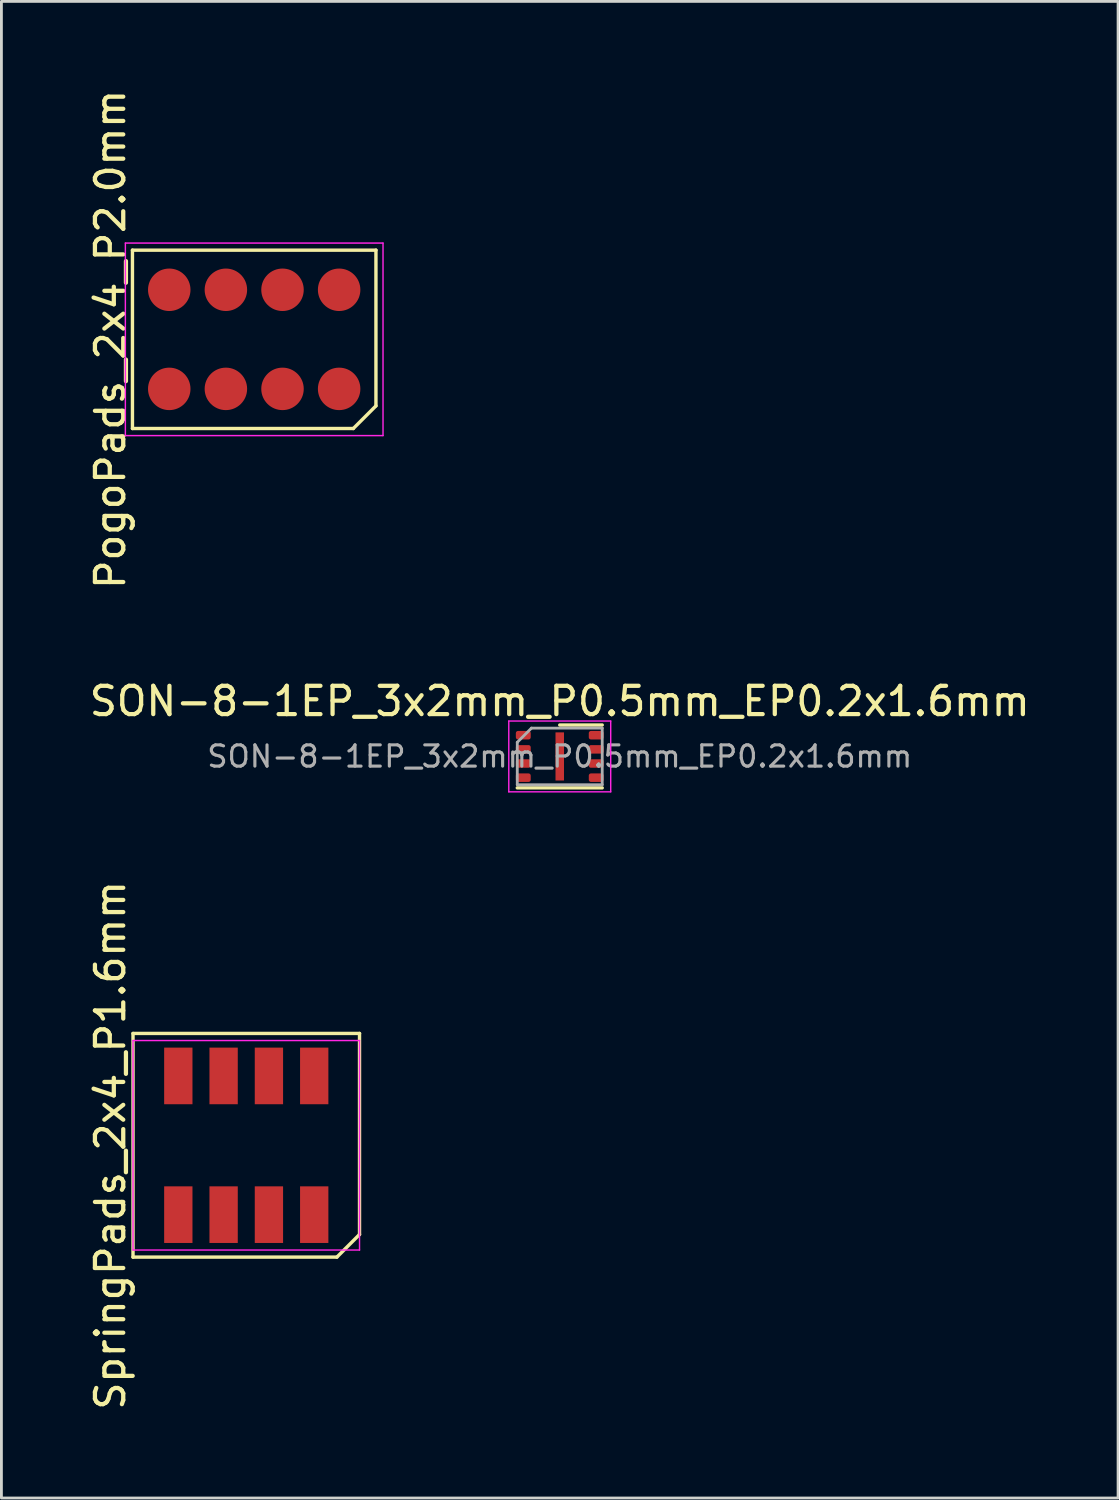
<source format=kicad_pcb>
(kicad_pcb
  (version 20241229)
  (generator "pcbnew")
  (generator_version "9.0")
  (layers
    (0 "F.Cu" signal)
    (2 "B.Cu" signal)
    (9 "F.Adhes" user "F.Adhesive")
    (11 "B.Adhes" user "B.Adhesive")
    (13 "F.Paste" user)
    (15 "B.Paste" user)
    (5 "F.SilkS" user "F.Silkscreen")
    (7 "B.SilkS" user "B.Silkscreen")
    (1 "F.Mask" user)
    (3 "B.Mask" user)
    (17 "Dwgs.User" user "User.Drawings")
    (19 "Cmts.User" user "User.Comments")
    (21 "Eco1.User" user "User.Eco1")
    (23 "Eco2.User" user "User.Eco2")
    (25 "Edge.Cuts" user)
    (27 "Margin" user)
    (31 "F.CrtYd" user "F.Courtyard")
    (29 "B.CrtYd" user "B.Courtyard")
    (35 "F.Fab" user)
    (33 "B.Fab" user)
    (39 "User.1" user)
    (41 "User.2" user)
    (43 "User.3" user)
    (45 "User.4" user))
  (footprint "SON-8-1EP_3x2mm_P0.5mm_EP0.2x1.6mm"
    (layer "F.Cu")
    (at 16.72 23.667)
    (property "Reference" "SON-8-1EP_3x2mm_P0.5mm_EP0.2x1.6mm" (at 0 -1.95 0) (layer "F.SilkS") (effects (font (size 1 1) (thickness 0.15))))
    (attr smd)
    (fp_line (start -1.5 1.11) (end 1.5 1.11) (stroke (width 0.12) (type solid)) (layer "F.SilkS"))
    (fp_line (start 0 -1.11) (end 1.5 -1.11) (stroke (width 0.12) (type solid)) (layer "F.SilkS"))
    (fp_line (start -1.8 -1.25) (end -1.8 1.25) (stroke (width 0.05) (type solid)) (layer "F.CrtYd"))
    (fp_line (start -1.8 1.25) (end 1.8 1.25) (stroke (width 0.05) (type solid)) (layer "F.CrtYd"))
    (fp_line (start 1.8 -1.25) (end -1.8 -1.25) (stroke (width 0.05) (type solid)) (layer "F.CrtYd"))
    (fp_line (start 1.8 1.25) (end 1.8 -1.25) (stroke (width 0.05) (type solid)) (layer "F.CrtYd"))
    (fp_line (start -1.5 -0.5) (end -1 -1) (stroke (width 0.1) (type solid)) (layer "F.Fab"))
    (fp_line (start -1.5 1) (end -1.5 -0.5) (stroke (width 0.1) (type solid)) (layer "F.Fab"))
    (fp_line (start -1 -1) (end 1.5 -1) (stroke (width 0.1) (type solid)) (layer "F.Fab"))
    (fp_line (start 1.5 -1) (end 1.5 1) (stroke (width 0.1) (type solid)) (layer "F.Fab"))
    (fp_line (start 1.5 1) (end -1.5 1) (stroke (width 0.1) (type solid)) (layer "F.Fab"))
    (fp_text user "${REFERENCE}" (at 0 0 0) (layer "F.Fab") (effects (font (size 0.75 0.75) (thickness 0.11))))
    (pad "" smd roundrect (at 0 0) (size 0.2 1.6) (layers "F.Paste") (roundrect_rratio 0.25))
    (pad "1" smd roundrect (at -1.288 -0.75) (size 0.525 0.3) (layers "F.Cu" "F.Mask" "F.Paste") (roundrect_rratio 0.25))
    (pad "2" smd roundrect (at -1.288 -0.25) (size 0.525 0.3) (layers "F.Cu" "F.Mask" "F.Paste") (roundrect_rratio 0.25))
    (pad "3" smd roundrect (at -1.288 0.25) (size 0.525 0.3) (layers "F.Cu" "F.Mask" "F.Paste") (roundrect_rratio 0.25))
    (pad "4" smd roundrect (at -1.288 0.75) (size 0.525 0.3) (layers "F.Cu" "F.Mask" "F.Paste") (roundrect_rratio 0.25))
    (pad "5" smd roundrect (at 1.288 0.75) (size 0.525 0.3) (layers "F.Cu" "F.Mask" "F.Paste") (roundrect_rratio 0.25))
    (pad "6" smd roundrect (at 1.288 0.25) (size 0.525 0.3) (layers "F.Cu" "F.Mask" "F.Paste") (roundrect_rratio 0.25))
    (pad "7" smd roundrect (at 1.288 -0.25) (size 0.525 0.3) (layers "F.Cu" "F.Mask" "F.Paste") (roundrect_rratio 0.25))
    (pad "8" smd roundrect (at 1.288 -0.75) (size 0.525 0.3) (layers "F.Cu" "F.Mask" "F.Paste") (roundrect_rratio 0.25))
    (pad "9" smd rect (at 0 0) (size 0.3 1.7) (layers "F.Cu" "F.Mask")))
  (footprint "SpringPads_2x4_P1.6mm"
    (layer "F.Cu")
    (at 5.648 37.401)
    (property "Reference" "SpringPads_2x4_P1.6mm" (at -4.8 0 90) (layer "F.SilkS") (effects (font (size 1 1) (thickness 0.15))))
    (attr smd exclude_from_pos_files exclude_from_bom)
    (fp_line (start -4 -3.95) (end 4 -3.95) (stroke (width 0.12) (type solid)) (layer "F.SilkS"))
    (fp_line (start -4 3.95) (end -4 -3.95) (stroke (width 0.12) (type solid)) (layer "F.SilkS"))
    (fp_line (start 3.2 3.95) (end -4 3.95) (stroke (width 0.12) (type solid)) (layer "F.SilkS"))
    (fp_line (start 3.2 3.95) (end 4 3.15) (stroke (width 0.12) (type solid)) (layer "F.SilkS"))
    (fp_line (start 4 -3.95) (end 4 3.15) (stroke (width 0.12) (type solid)) (layer "F.SilkS"))
    (fp_line (start -4 -3.7) (end 4 -3.7) (stroke (width 0.05) (type solid)) (layer "F.CrtYd"))
    (fp_line (start -4 3.7) (end -4 -3.7) (stroke (width 0.05) (type solid)) (layer "F.CrtYd"))
    (fp_line (start 4 -3.7) (end 4 3.7) (stroke (width 0.05) (type solid)) (layer "F.CrtYd"))
    (fp_line (start 4 3.7) (end -4 3.7) (stroke (width 0.05) (type solid)) (layer "F.CrtYd"))
    (pad "1" smd rect (at 2.4 2.45) (size 1 2) (property pad_prop_testpoint) (layers "F.Cu" "F.Mask"))
    (pad "2" smd rect (at 2.4 -2.45) (size 1 2) (property pad_prop_testpoint) (layers "F.Cu" "F.Mask"))
    (pad "3" smd rect (at 0.8 2.45) (size 1 2) (property pad_prop_testpoint) (layers "F.Cu" "F.Mask"))
    (pad "4" smd rect (at 0.8 -2.45) (size 1 2) (property pad_prop_testpoint) (layers "F.Cu" "F.Mask"))
    (pad "5" smd rect (at -0.8 2.45) (size 1 2) (property pad_prop_testpoint) (layers "F.Cu" "F.Mask"))
    (pad "6" smd rect (at -0.8 -2.45) (size 1 2) (property pad_prop_testpoint) (layers "F.Cu" "F.Mask"))
    (pad "7" smd rect (at -2.4 2.45) (size 1 2) (property pad_prop_testpoint) (layers "F.Cu" "F.Mask"))
    (pad "8" smd rect (at -2.4 -2.45) (size 1 2) (property pad_prop_testpoint) (layers "F.Cu" "F.Mask")))
  (footprint "PogoPads_2x4_P2.0mm"
    (layer "F.Cu")
    (at 5.928 8.935)
    (property "Reference" "PogoPads_2x4_P2.0mm" (at -5.08 0 90) (layer "F.SilkS") (effects (font (size 1 1) (thickness 0.15))))
    (attr smd exclude_from_pos_files exclude_from_bom)
    (fp_line (start -4.3 -3.15) (end 4.3 -3.15) (stroke (width 0.12) (type solid)) (layer "F.SilkS"))
    (fp_line (start -4.3 3.15) (end -4.3 -3.15) (stroke (width 0.12) (type solid)) (layer "F.SilkS"))
    (fp_line (start 3.5 3.15) (end -4.3 3.15) (stroke (width 0.12) (type solid)) (layer "F.SilkS"))
    (fp_line (start 3.5 3.15) (end 4.3 2.35) (stroke (width 0.12) (type solid)) (layer "F.SilkS"))
    (fp_line (start 4.3 -3.15) (end 4.3 2.35) (stroke (width 0.12) (type solid)) (layer "F.SilkS"))
    (fp_line (start -4.55 -3.4) (end 4.55 -3.4) (stroke (width 0.05) (type solid)) (layer "F.CrtYd"))
    (fp_line (start -4.55 3.4) (end -4.55 -3.4) (stroke (width 0.05) (type solid)) (layer "F.CrtYd"))
    (fp_line (start 4.55 -3.4) (end 4.55 3.4) (stroke (width 0.05) (type solid)) (layer "F.CrtYd"))
    (fp_line (start 4.55 3.4) (end -4.55 3.4) (stroke (width 0.05) (type solid)) (layer "F.CrtYd"))
    (pad "1" smd circle (at 3 1.75) (size 1.5 1.5) (property pad_prop_testpoint) (layers "F.Cu" "F.Mask"))
    (pad "2" smd circle (at 3 -1.75) (size 1.5 1.5) (property pad_prop_testpoint) (layers "F.Cu" "F.Mask"))
    (pad "3" smd circle (at 1 1.75) (size 1.5 1.5) (property pad_prop_testpoint) (layers "F.Cu" "F.Mask"))
    (pad "4" smd circle (at 1 -1.75) (size 1.5 1.5) (property pad_prop_testpoint) (layers "F.Cu" "F.Mask"))
    (pad "5" smd circle (at -1 1.75) (size 1.5 1.5) (property pad_prop_testpoint) (layers "F.Cu" "F.Mask"))
    (pad "6" smd circle (at -1 -1.75) (size 1.5 1.5) (property pad_prop_testpoint) (layers "F.Cu" "F.Mask"))
    (pad "7" smd circle (at -3 1.75) (size 1.5 1.5) (property pad_prop_testpoint) (layers "F.Cu" "F.Mask"))
    (pad "8" smd circle (at -3 -1.75) (size 1.5 1.5) (property pad_prop_testpoint) (layers "F.Cu" "F.Mask")))
  (gr_rect
    (start -3 -3)
    (end 36.44 49.859)
    (stroke (width 0.1) (type default))
    (fill no)
    (layer "Edge.Cuts")))
</source>
